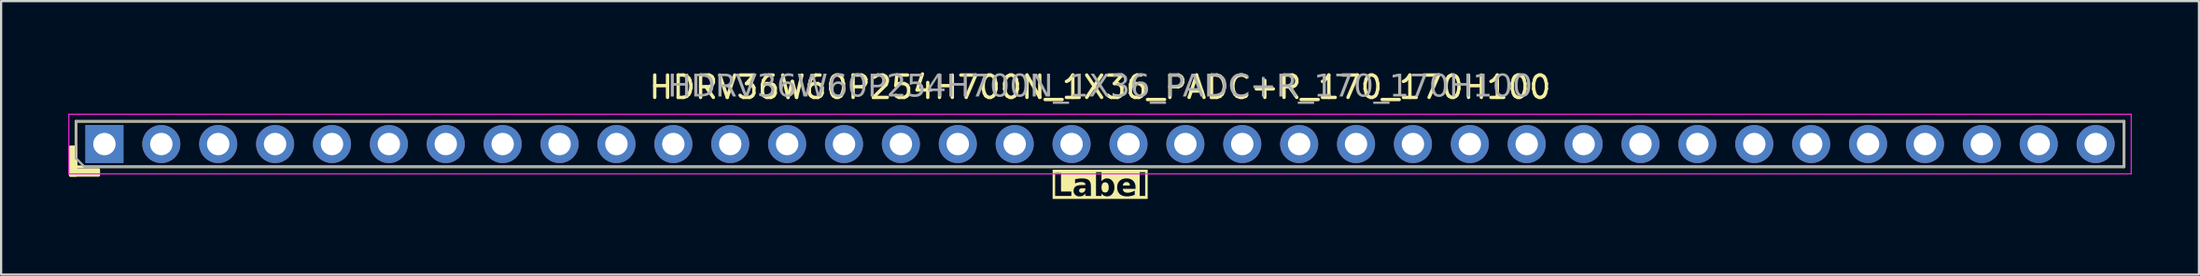
<source format=kicad_pcb>
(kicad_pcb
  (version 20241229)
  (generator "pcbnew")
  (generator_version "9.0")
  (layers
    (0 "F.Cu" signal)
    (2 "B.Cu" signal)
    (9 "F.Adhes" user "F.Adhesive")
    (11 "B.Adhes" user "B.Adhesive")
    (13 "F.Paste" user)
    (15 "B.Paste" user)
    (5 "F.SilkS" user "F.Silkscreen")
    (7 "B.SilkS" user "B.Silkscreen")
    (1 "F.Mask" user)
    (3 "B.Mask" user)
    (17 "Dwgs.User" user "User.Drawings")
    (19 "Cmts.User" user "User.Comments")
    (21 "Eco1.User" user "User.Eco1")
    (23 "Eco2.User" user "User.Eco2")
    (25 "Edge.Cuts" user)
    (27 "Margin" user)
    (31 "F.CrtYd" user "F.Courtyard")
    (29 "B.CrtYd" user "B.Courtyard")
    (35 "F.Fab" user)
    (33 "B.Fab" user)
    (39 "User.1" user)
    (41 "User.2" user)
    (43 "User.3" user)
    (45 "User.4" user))
  (footprint "HDRV36W60P254H700N_1X36_PADC+R_170_170H100"
    (layer "F.Cu")
    (at 46.062 3.388)
    (property "Reference" "HDRV36W60P254H700N_1X36_PADC+R_170_170H100" (at 0 -2.54 0) (layer "F.SilkS") (effects (font (size 1 1) (thickness 0.15))))
    (property "Label" "Label" (at 0 1.905 0) (layer "F.SilkS" knockout) (effects (font (face "Tahoma") (size 1 1) (thickness 0.2) (bold yes))))
    (attr through_hole)
    (fp_line (start -45.72 -1.016) (end -45.72 1.27) (stroke (width 0.12) (type solid)) (layer "F.SilkS"))
    (fp_line (start -45.72 1.016) (end 45.72 1.016) (stroke (width 0.12) (type solid)) (layer "F.SilkS"))
    (fp_line (start 45.72 -1.016) (end -45.72 -1.016) (stroke (width 0.12) (type solid)) (layer "F.SilkS"))
    (fp_line (start 45.72 1.016) (end 45.72 -1.016) (stroke (width 0.12) (type solid)) (layer "F.SilkS"))
    (fp_rect (start -45.72 0.127) (end -45.974 1.397) (stroke (width 0.12) (type solid)) (fill yes) (layer "F.SilkS"))
    (fp_rect (start -44.704 1.397) (end -45.974 1.143) (stroke (width 0.12) (type solid)) (fill yes) (layer "F.SilkS"))
    (fp_line (start -46.038 1.333) (end -46.038 -1.333) (stroke (width 0.05) (type solid)) (layer "F.CrtYd"))
    (fp_line (start 46.038 -1.333) (end -46.038 -1.333) (stroke (width 0.05) (type solid)) (layer "F.CrtYd"))
    (fp_line (start 46.038 1.333) (end -46.038 1.333) (stroke (width 0.05) (type solid)) (layer "F.CrtYd"))
    (fp_line (start 46.038 1.333) (end 46.038 -1.333) (stroke (width 0.05) (type solid)) (layer "F.CrtYd"))
    (fp_line (start -45.72 -1.016) (end -45.72 0.635) (stroke (width 0.1) (type solid)) (layer "F.Fab"))
    (fp_line (start -45.72 -1.016) (end 45.72 -1.016) (stroke (width 0.1) (type solid)) (layer "F.Fab"))
    (fp_line (start -45.72 0.635) (end -45.339 1.016) (stroke (width 0.1) (type solid)) (layer "F.Fab"))
    (fp_line (start 45.72 -1.016) (end 45.72 1.016) (stroke (width 0.1) (type solid)) (layer "F.Fab"))
    (fp_line (start 45.72 1.016) (end -45.339 1.016) (stroke (width 0.1) (type solid)) (layer "F.Fab"))
    (fp_text user "${REFERENCE}" (at 0 -2.54 0) (layer "F.Fab") (effects (font (face "Tahoma") (size 1 1) (thickness 0.15))))
    (pad "1" thru_hole rect (at -44.45 0) (size 1.7 1.7) (drill 1) (layers "*.Cu" "*.Mask"))
    (pad "2" thru_hole circle (at -41.91 0) (size 1.7 1.7) (drill 1) (layers "*.Cu" "*.Mask"))
    (pad "3" thru_hole circle (at -39.37 0) (size 1.7 1.7) (drill 1) (layers "*.Cu" "*.Mask"))
    (pad "4" thru_hole circle (at -36.83 0) (size 1.7 1.7) (drill 1) (layers "*.Cu" "*.Mask"))
    (pad "5" thru_hole circle (at -34.29 0) (size 1.7 1.7) (drill 1) (layers "*.Cu" "*.Mask"))
    (pad "6" thru_hole circle (at -31.75 0) (size 1.7 1.7) (drill 1) (layers "*.Cu" "*.Mask"))
    (pad "7" thru_hole circle (at -29.21 0) (size 1.7 1.7) (drill 1) (layers "*.Cu" "*.Mask"))
    (pad "8" thru_hole circle (at -26.67 0) (size 1.7 1.7) (drill 1) (layers "*.Cu" "*.Mask"))
    (pad "9" thru_hole circle (at -24.13 0) (size 1.7 1.7) (drill 1) (layers "*.Cu" "*.Mask"))
    (pad "10" thru_hole circle (at -21.59 0) (size 1.7 1.7) (drill 1) (layers "*.Cu" "*.Mask"))
    (pad "11" thru_hole circle (at -19.05 0) (size 1.7 1.7) (drill 1) (layers "*.Cu" "*.Mask"))
    (pad "12" thru_hole circle (at -16.51 0) (size 1.7 1.7) (drill 1) (layers "*.Cu" "*.Mask"))
    (pad "13" thru_hole circle (at -13.97 0) (size 1.7 1.7) (drill 1) (layers "*.Cu" "*.Mask"))
    (pad "14" thru_hole circle (at -11.43 0) (size 1.7 1.7) (drill 1) (layers "*.Cu" "*.Mask"))
    (pad "15" thru_hole circle (at -8.89 0) (size 1.7 1.7) (drill 1) (layers "*.Cu" "*.Mask"))
    (pad "16" thru_hole circle (at -6.35 0) (size 1.7 1.7) (drill 1) (layers "*.Cu" "*.Mask"))
    (pad "17" thru_hole circle (at -3.81 0) (size 1.7 1.7) (drill 1) (layers "*.Cu" "*.Mask"))
    (pad "18" thru_hole circle (at -1.27 0) (size 1.7 1.7) (drill 1) (layers "*.Cu" "*.Mask"))
    (pad "19" thru_hole circle (at 1.27 0) (size 1.7 1.7) (drill 1) (layers "*.Cu" "*.Mask"))
    (pad "20" thru_hole circle (at 3.81 0) (size 1.7 1.7) (drill 1) (layers "*.Cu" "*.Mask"))
    (pad "21" thru_hole circle (at 6.35 0) (size 1.7 1.7) (drill 1) (layers "*.Cu" "*.Mask"))
    (pad "22" thru_hole circle (at 8.89 0) (size 1.7 1.7) (drill 1) (layers "*.Cu" "*.Mask"))
    (pad "23" thru_hole circle (at 11.43 0) (size 1.7 1.7) (drill 1) (layers "*.Cu" "*.Mask"))
    (pad "24" thru_hole circle (at 13.97 0) (size 1.7 1.7) (drill 1) (layers "*.Cu" "*.Mask"))
    (pad "25" thru_hole circle (at 16.51 0) (size 1.7 1.7) (drill 1) (layers "*.Cu" "*.Mask"))
    (pad "26" thru_hole circle (at 19.05 0) (size 1.7 1.7) (drill 1) (layers "*.Cu" "*.Mask"))
    (pad "27" thru_hole circle (at 21.59 0) (size 1.7 1.7) (drill 1) (layers "*.Cu" "*.Mask"))
    (pad "28" thru_hole circle (at 24.13 0) (size 1.7 1.7) (drill 1) (layers "*.Cu" "*.Mask"))
    (pad "29" thru_hole circle (at 26.67 0) (size 1.7 1.7) (drill 1) (layers "*.Cu" "*.Mask"))
    (pad "30" thru_hole circle (at 29.21 0) (size 1.7 1.7) (drill 1) (layers "*.Cu" "*.Mask"))
    (pad "31" thru_hole circle (at 31.75 0) (size 1.7 1.7) (drill 1) (layers "*.Cu" "*.Mask"))
    (pad "32" thru_hole circle (at 34.29 0) (size 1.7 1.7) (drill 1) (layers "*.Cu" "*.Mask"))
    (pad "33" thru_hole circle (at 36.83 0) (size 1.7 1.7) (drill 1) (layers "*.Cu" "*.Mask"))
    (pad "34" thru_hole circle (at 39.37 0) (size 1.7 1.7) (drill 1) (layers "*.Cu" "*.Mask"))
    (pad "35" thru_hole circle (at 41.91 0) (size 1.7 1.7) (drill 1) (layers "*.Cu" "*.Mask"))
    (pad "36" thru_hole circle (at 44.45 0) (size 1.7 1.7) (drill 1) (layers "*.Cu" "*.Mask")))
  (gr_rect
    (start -3 -3)
    (end 95.125 9.221)
    (stroke (width 0.1) (type default))
    (fill no)
    (layer "Edge.Cuts")))
</source>
